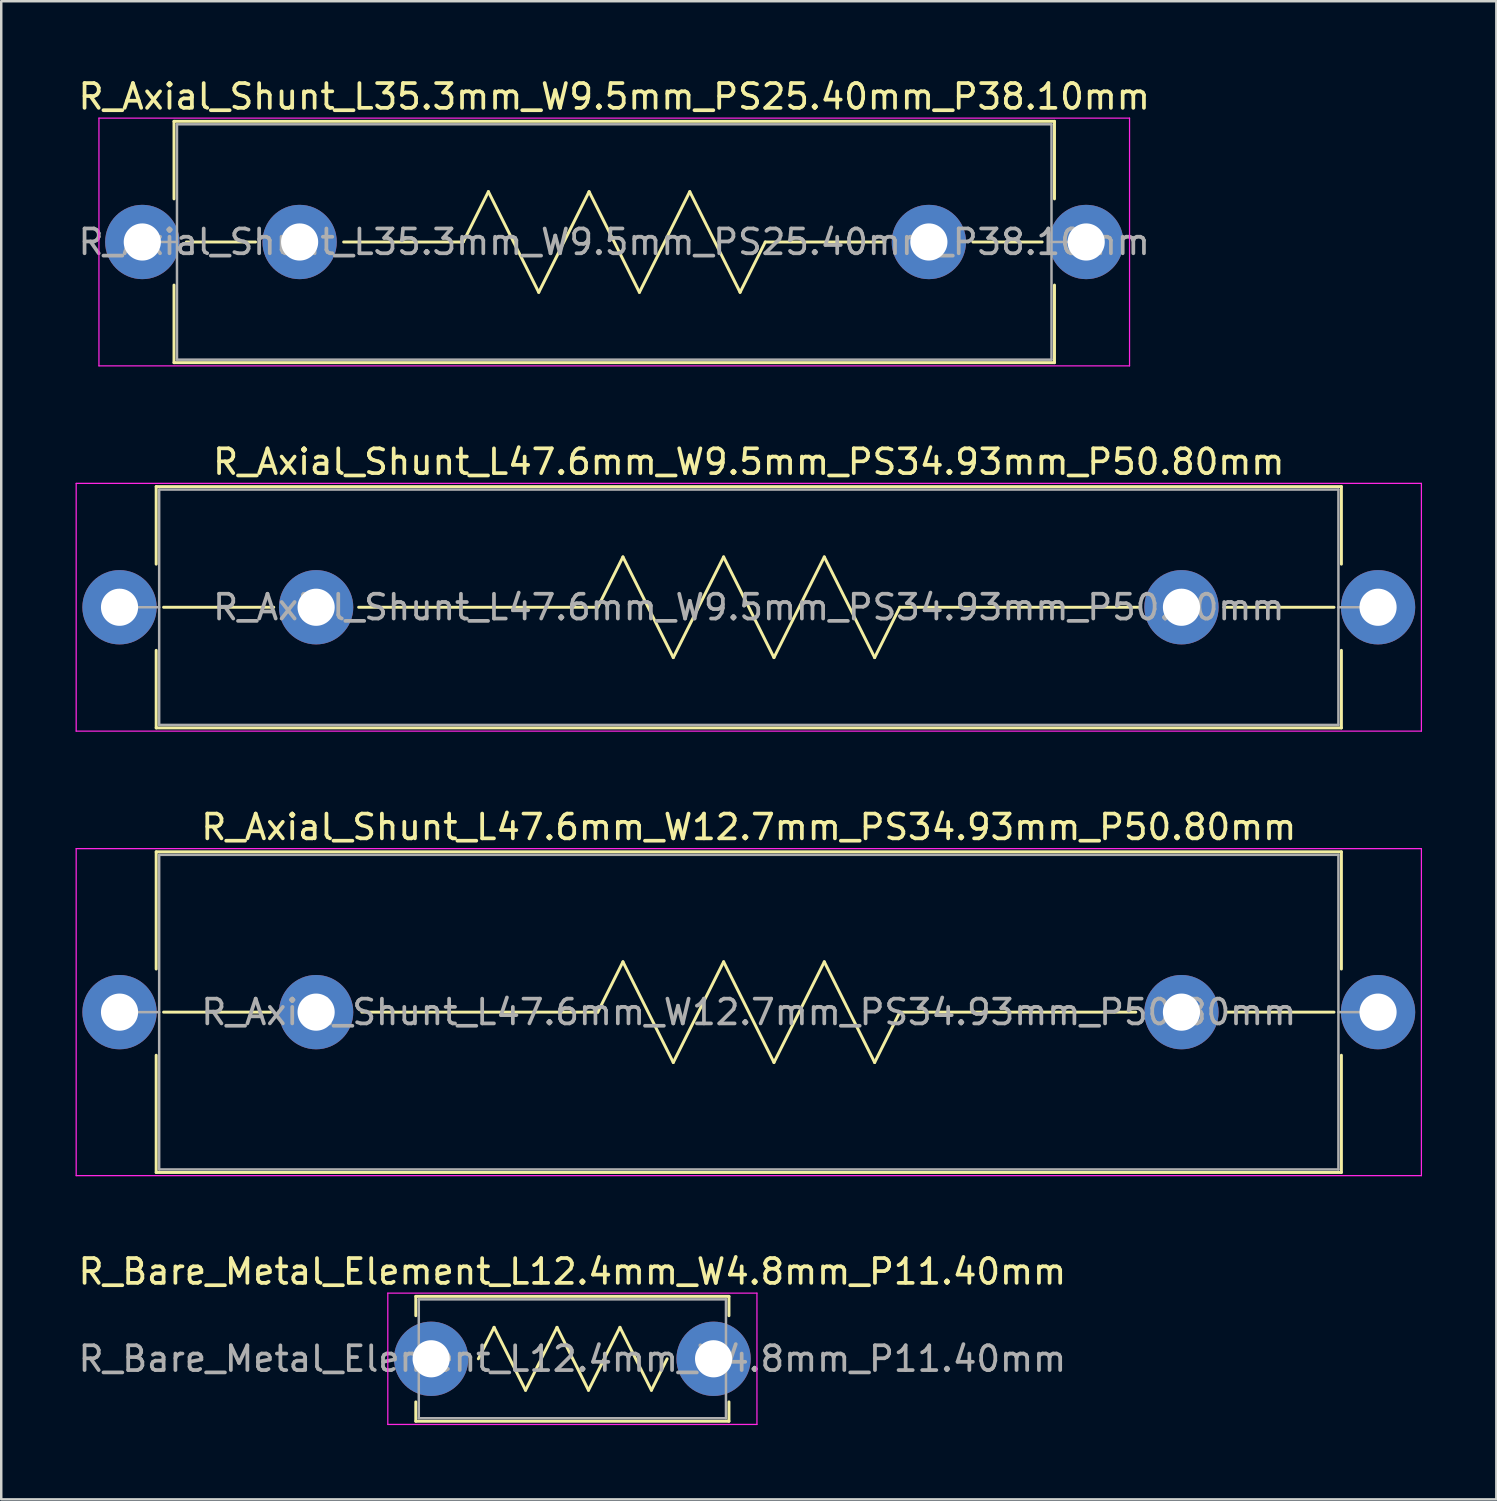
<source format=kicad_pcb>
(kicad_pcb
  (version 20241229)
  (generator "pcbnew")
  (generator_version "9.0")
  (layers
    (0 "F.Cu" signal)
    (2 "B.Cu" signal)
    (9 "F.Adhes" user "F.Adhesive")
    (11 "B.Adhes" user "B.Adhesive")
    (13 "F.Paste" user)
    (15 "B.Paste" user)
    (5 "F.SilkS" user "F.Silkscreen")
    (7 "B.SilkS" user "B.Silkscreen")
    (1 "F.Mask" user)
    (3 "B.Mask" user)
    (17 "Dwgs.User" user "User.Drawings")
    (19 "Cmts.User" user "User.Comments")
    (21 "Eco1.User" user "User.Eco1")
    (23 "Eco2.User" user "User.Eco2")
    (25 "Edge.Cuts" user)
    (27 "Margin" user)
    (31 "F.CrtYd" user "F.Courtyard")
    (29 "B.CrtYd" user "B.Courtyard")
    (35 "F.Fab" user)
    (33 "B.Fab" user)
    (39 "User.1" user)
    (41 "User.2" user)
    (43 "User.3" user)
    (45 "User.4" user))
  (footprint "R_Axial_Shunt_L47.6mm_W12.7mm_PS34.93mm_P50.80mm"
    (layer "F.Cu")
    (at 1.775 37.805)
    (property "Reference" "R_Axial_Shunt_L47.6mm_W12.7mm_PS34.93mm_P50.80mm" (at 25.4 -7.47 0) (layer "F.SilkS") (effects (font (size 1 1) (thickness 0.15))))
    (attr through_hole)
    (fp_line (start 1.48 -6.47) (end 49.32 -6.47) (stroke (width 0.12) (type solid)) (layer "F.SilkS"))
    (fp_line (start 1.48 -1.74) (end 1.48 -6.47) (stroke (width 0.12) (type solid)) (layer "F.SilkS"))
    (fp_line (start 1.48 1.74) (end 1.48 6.47) (stroke (width 0.12) (type solid)) (layer "F.SilkS"))
    (fp_line (start 1.48 6.47) (end 49.32 6.47) (stroke (width 0.12) (type solid)) (layer "F.SilkS"))
    (fp_line (start 1.778 0) (end 6.096 0) (stroke (width 0.12) (type solid)) (layer "F.SilkS"))
    (fp_line (start 9.779 0) (end 19.304 0) (stroke (width 0.12) (type solid)) (layer "F.SilkS"))
    (fp_line (start 19.304 0) (end 20.32 -2.032) (stroke (width 0.12) (type solid)) (layer "F.SilkS"))
    (fp_line (start 20.32 -2.032) (end 22.352 2.032) (stroke (width 0.12) (type solid)) (layer "F.SilkS"))
    (fp_line (start 22.352 2.032) (end 24.384 -2.032) (stroke (width 0.12) (type solid)) (layer "F.SilkS"))
    (fp_line (start 24.384 -2.032) (end 26.416 2.032) (stroke (width 0.12) (type solid)) (layer "F.SilkS"))
    (fp_line (start 26.416 2.032) (end 28.448 -2.032) (stroke (width 0.12) (type solid)) (layer "F.SilkS"))
    (fp_line (start 28.448 -2.032) (end 30.48 2.032) (stroke (width 0.12) (type solid)) (layer "F.SilkS"))
    (fp_line (start 30.48 2.032) (end 31.496 0) (stroke (width 0.12) (type solid)) (layer "F.SilkS"))
    (fp_line (start 41.021 0) (end 31.496 0) (stroke (width 0.12) (type solid)) (layer "F.SilkS"))
    (fp_line (start 44.704 0) (end 49.022 0) (stroke (width 0.12) (type solid)) (layer "F.SilkS"))
    (fp_line (start 49.32 -6.47) (end 49.32 -1.74) (stroke (width 0.12) (type solid)) (layer "F.SilkS"))
    (fp_line (start 49.32 6.47) (end 49.32 1.74) (stroke (width 0.12) (type solid)) (layer "F.SilkS"))
    (fp_line (start -1.75 -6.6) (end -1.75 6.6) (stroke (width 0.05) (type solid)) (layer "F.CrtYd"))
    (fp_line (start -1.75 6.6) (end 52.55 6.6) (stroke (width 0.05) (type solid)) (layer "F.CrtYd"))
    (fp_line (start 52.55 -6.6) (end -1.75 -6.6) (stroke (width 0.05) (type solid)) (layer "F.CrtYd"))
    (fp_line (start 52.55 6.6) (end 52.55 -6.6) (stroke (width 0.05) (type solid)) (layer "F.CrtYd"))
    (fp_line (start 0 0) (end 1.6 0) (stroke (width 0.1) (type solid)) (layer "F.Fab"))
    (fp_line (start 1.6 -6.35) (end 1.6 6.35) (stroke (width 0.1) (type solid)) (layer "F.Fab"))
    (fp_line (start 1.6 6.35) (end 49.2 6.35) (stroke (width 0.1) (type solid)) (layer "F.Fab"))
    (fp_line (start 49.2 -6.35) (end 1.6 -6.35) (stroke (width 0.1) (type solid)) (layer "F.Fab"))
    (fp_line (start 49.2 6.35) (end 49.2 -6.35) (stroke (width 0.1) (type solid)) (layer "F.Fab"))
    (fp_line (start 50.8 0) (end 49.2 0) (stroke (width 0.1) (type solid)) (layer "F.Fab"))
    (fp_text user "${REFERENCE}" (at 25.4 0 0) (layer "F.Fab") (effects (font (size 1 1) (thickness 0.15))))
    (pad "1" thru_hole circle (at 0 0) (size 3 3) (drill 1.5) (layers "*.Cu" "*.Mask"))
    (pad "2" thru_hole oval (at 7.935 0) (size 3 3) (drill 1.5) (layers "*.Cu" "*.Mask"))
    (pad "3" thru_hole oval (at 42.865 0) (size 3 3) (drill 1.5) (layers "*.Cu" "*.Mask"))
    (pad "4" thru_hole oval (at 50.8 0) (size 3 3) (drill 1.5) (layers "*.Cu" "*.Mask")))
  (footprint "R_Bare_Metal_Element_L12.4mm_W4.8mm_P11.40mm"
    (layer "F.Cu")
    (at 14.354 51.798)
    (property "Reference" "R_Bare_Metal_Element_L12.4mm_W4.8mm_P11.40mm" (at 5.7 -3.52 0) (layer "F.SilkS") (effects (font (size 1 1) (thickness 0.15))))
    (attr through_hole)
    (fp_line (start -0.62 -2.52) (end 12.02 -2.52) (stroke (width 0.12) (type solid)) (layer "F.SilkS"))
    (fp_line (start -0.62 -1.74) (end -0.62 -2.52) (stroke (width 0.12) (type solid)) (layer "F.SilkS"))
    (fp_line (start -0.62 1.74) (end -0.62 2.52) (stroke (width 0.12) (type solid)) (layer "F.SilkS"))
    (fp_line (start -0.62 2.52) (end 12.02 2.52) (stroke (width 0.12) (type solid)) (layer "F.SilkS"))
    (fp_line (start 1.905 0) (end 2.54 -1.27) (stroke (width 0.12) (type solid)) (layer "F.SilkS"))
    (fp_line (start 2.54 -1.27) (end 3.81 1.27) (stroke (width 0.12) (type solid)) (layer "F.SilkS"))
    (fp_line (start 3.81 1.27) (end 5.08 -1.27) (stroke (width 0.12) (type solid)) (layer "F.SilkS"))
    (fp_line (start 5.08 -1.27) (end 6.35 1.27) (stroke (width 0.12) (type solid)) (layer "F.SilkS"))
    (fp_line (start 6.35 1.27) (end 7.62 -1.27) (stroke (width 0.12) (type solid)) (layer "F.SilkS"))
    (fp_line (start 7.62 -1.27) (end 8.89 1.27) (stroke (width 0.12) (type solid)) (layer "F.SilkS"))
    (fp_line (start 8.89 1.27) (end 9.525 0) (stroke (width 0.12) (type solid)) (layer "F.SilkS"))
    (fp_line (start 12.02 -2.52) (end 12.02 -1.74) (stroke (width 0.12) (type solid)) (layer "F.SilkS"))
    (fp_line (start 12.02 2.52) (end 12.02 1.74) (stroke (width 0.12) (type solid)) (layer "F.SilkS"))
    (fp_line (start -1.75 -2.65) (end -1.75 2.65) (stroke (width 0.05) (type solid)) (layer "F.CrtYd"))
    (fp_line (start -1.75 2.65) (end 13.15 2.65) (stroke (width 0.05) (type solid)) (layer "F.CrtYd"))
    (fp_line (start 13.15 -2.65) (end -1.75 -2.65) (stroke (width 0.05) (type solid)) (layer "F.CrtYd"))
    (fp_line (start 13.15 2.65) (end 13.15 -2.65) (stroke (width 0.05) (type solid)) (layer "F.CrtYd"))
    (fp_line (start -0.5 -2.4) (end -0.5 2.4) (stroke (width 0.1) (type solid)) (layer "F.Fab"))
    (fp_line (start -0.5 2.4) (end 11.9 2.4) (stroke (width 0.1) (type solid)) (layer "F.Fab"))
    (fp_line (start 11.9 -2.4) (end -0.5 -2.4) (stroke (width 0.1) (type solid)) (layer "F.Fab"))
    (fp_line (start 11.9 2.4) (end 11.9 -2.4) (stroke (width 0.1) (type solid)) (layer "F.Fab"))
    (fp_text user "${REFERENCE}" (at 5.7 0 0) (layer "F.Fab") (effects (font (size 1 1) (thickness 0.15))))
    (pad "1" thru_hole circle (at 0 0) (size 3 3) (drill 1.5) (layers "*.Cu" "*.Mask"))
    (pad "2" thru_hole oval (at 11.4 0) (size 3 3) (drill 1.5) (layers "*.Cu" "*.Mask")))
  (footprint "R_Axial_Shunt_L35.3mm_W9.5mm_PS25.40mm_P38.10mm"
    (layer "F.Cu")
    (at 2.694 6.718)
    (property "Reference" "R_Axial_Shunt_L35.3mm_W9.5mm_PS25.40mm_P38.10mm" (at 19.05 -5.87 0) (layer "F.SilkS") (effects (font (size 1 1) (thickness 0.15))))
    (attr through_hole)
    (fp_line (start 1.28 -4.87) (end 36.82 -4.87) (stroke (width 0.12) (type solid)) (layer "F.SilkS"))
    (fp_line (start 1.28 -1.74) (end 1.28 -4.87) (stroke (width 0.12) (type solid)) (layer "F.SilkS"))
    (fp_line (start 1.28 1.74) (end 1.28 4.87) (stroke (width 0.12) (type solid)) (layer "F.SilkS"))
    (fp_line (start 1.28 4.87) (end 36.82 4.87) (stroke (width 0.12) (type solid)) (layer "F.SilkS"))
    (fp_line (start 1.778 0) (end 4.572 0) (stroke (width 0.12) (type solid)) (layer "F.SilkS"))
    (fp_line (start 8.128 0) (end 12.954 0) (stroke (width 0.12) (type solid)) (layer "F.SilkS"))
    (fp_line (start 12.954 0) (end 13.97 -2.032) (stroke (width 0.12) (type solid)) (layer "F.SilkS"))
    (fp_line (start 13.97 -2.032) (end 16.002 2.032) (stroke (width 0.12) (type solid)) (layer "F.SilkS"))
    (fp_line (start 16.002 2.032) (end 18.034 -2.032) (stroke (width 0.12) (type solid)) (layer "F.SilkS"))
    (fp_line (start 18.034 -2.032) (end 20.066 2.032) (stroke (width 0.12) (type solid)) (layer "F.SilkS"))
    (fp_line (start 20.066 2.032) (end 22.098 -2.032) (stroke (width 0.12) (type solid)) (layer "F.SilkS"))
    (fp_line (start 22.098 -2.032) (end 24.13 2.032) (stroke (width 0.12) (type solid)) (layer "F.SilkS"))
    (fp_line (start 24.13 2.032) (end 25.146 0) (stroke (width 0.12) (type solid)) (layer "F.SilkS"))
    (fp_line (start 29.972 0) (end 25.146 0) (stroke (width 0.12) (type solid)) (layer "F.SilkS"))
    (fp_line (start 33.528 0) (end 36.322 0) (stroke (width 0.12) (type solid)) (layer "F.SilkS"))
    (fp_line (start 36.82 -4.87) (end 36.82 -1.74) (stroke (width 0.12) (type solid)) (layer "F.SilkS"))
    (fp_line (start 36.82 4.87) (end 36.82 1.74) (stroke (width 0.12) (type solid)) (layer "F.SilkS"))
    (fp_line (start -1.75 -5) (end -1.75 5) (stroke (width 0.05) (type solid)) (layer "F.CrtYd"))
    (fp_line (start -1.75 5) (end 39.85 5) (stroke (width 0.05) (type solid)) (layer "F.CrtYd"))
    (fp_line (start 39.85 -5) (end -1.75 -5) (stroke (width 0.05) (type solid)) (layer "F.CrtYd"))
    (fp_line (start 39.85 5) (end 39.85 -5) (stroke (width 0.05) (type solid)) (layer "F.CrtYd"))
    (fp_line (start 0 0) (end 1.4 0) (stroke (width 0.1) (type solid)) (layer "F.Fab"))
    (fp_line (start 1.4 -4.75) (end 1.4 4.75) (stroke (width 0.1) (type solid)) (layer "F.Fab"))
    (fp_line (start 1.4 4.75) (end 36.7 4.75) (stroke (width 0.1) (type solid)) (layer "F.Fab"))
    (fp_line (start 36.7 -4.75) (end 1.4 -4.75) (stroke (width 0.1) (type solid)) (layer "F.Fab"))
    (fp_line (start 36.7 4.75) (end 36.7 -4.75) (stroke (width 0.1) (type solid)) (layer "F.Fab"))
    (fp_line (start 38.1 0) (end 36.7 0) (stroke (width 0.1) (type solid)) (layer "F.Fab"))
    (fp_text user "${REFERENCE}" (at 19.05 0 0) (layer "F.Fab") (effects (font (size 1 1) (thickness 0.15))))
    (pad "1" thru_hole circle (at 0 0) (size 3 3) (drill 1.5) (layers "*.Cu" "*.Mask"))
    (pad "2" thru_hole oval (at 6.35 0) (size 3 3) (drill 1.5) (layers "*.Cu" "*.Mask"))
    (pad "3" thru_hole oval (at 31.75 0) (size 3 3) (drill 1.5) (layers "*.Cu" "*.Mask"))
    (pad "4" thru_hole oval (at 38.1 0) (size 3 3) (drill 1.5) (layers "*.Cu" "*.Mask")))
  (footprint "R_Axial_Shunt_L47.6mm_W9.5mm_PS34.93mm_P50.80mm"
    (layer "F.Cu")
    (at 1.775 21.462)
    (property "Reference" "R_Axial_Shunt_L47.6mm_W9.5mm_PS34.93mm_P50.80mm" (at 25.4 -5.87 0) (layer "F.SilkS") (effects (font (size 1 1) (thickness 0.15))))
    (attr through_hole)
    (fp_line (start 1.48 -4.87) (end 49.32 -4.87) (stroke (width 0.12) (type solid)) (layer "F.SilkS"))
    (fp_line (start 1.48 -1.74) (end 1.48 -4.87) (stroke (width 0.12) (type solid)) (layer "F.SilkS"))
    (fp_line (start 1.48 1.74) (end 1.48 4.87) (stroke (width 0.12) (type solid)) (layer "F.SilkS"))
    (fp_line (start 1.48 4.87) (end 49.32 4.87) (stroke (width 0.12) (type solid)) (layer "F.SilkS"))
    (fp_line (start 1.778 0) (end 6.223 0) (stroke (width 0.12) (type solid)) (layer "F.SilkS"))
    (fp_line (start 9.652 0) (end 19.304 0) (stroke (width 0.12) (type solid)) (layer "F.SilkS"))
    (fp_line (start 19.304 0) (end 20.32 -2.032) (stroke (width 0.12) (type solid)) (layer "F.SilkS"))
    (fp_line (start 20.32 -2.032) (end 22.352 2.032) (stroke (width 0.12) (type solid)) (layer "F.SilkS"))
    (fp_line (start 22.352 2.032) (end 24.384 -2.032) (stroke (width 0.12) (type solid)) (layer "F.SilkS"))
    (fp_line (start 24.384 -2.032) (end 26.416 2.032) (stroke (width 0.12) (type solid)) (layer "F.SilkS"))
    (fp_line (start 26.416 2.032) (end 28.448 -2.032) (stroke (width 0.12) (type solid)) (layer "F.SilkS"))
    (fp_line (start 28.448 -2.032) (end 30.48 2.032) (stroke (width 0.12) (type solid)) (layer "F.SilkS"))
    (fp_line (start 30.48 2.032) (end 31.496 0) (stroke (width 0.12) (type solid)) (layer "F.SilkS"))
    (fp_line (start 41.148 0) (end 31.496 0) (stroke (width 0.12) (type solid)) (layer "F.SilkS"))
    (fp_line (start 44.577 0) (end 49.022 0) (stroke (width 0.12) (type solid)) (layer "F.SilkS"))
    (fp_line (start 49.32 -4.87) (end 49.32 -1.74) (stroke (width 0.12) (type solid)) (layer "F.SilkS"))
    (fp_line (start 49.32 4.87) (end 49.32 1.74) (stroke (width 0.12) (type solid)) (layer "F.SilkS"))
    (fp_line (start -1.75 -5) (end -1.75 5) (stroke (width 0.05) (type solid)) (layer "F.CrtYd"))
    (fp_line (start -1.75 5) (end 52.55 5) (stroke (width 0.05) (type solid)) (layer "F.CrtYd"))
    (fp_line (start 52.55 -5) (end -1.75 -5) (stroke (width 0.05) (type solid)) (layer "F.CrtYd"))
    (fp_line (start 52.55 5) (end 52.55 -5) (stroke (width 0.05) (type solid)) (layer "F.CrtYd"))
    (fp_line (start 0 0) (end 1.6 0) (stroke (width 0.1) (type solid)) (layer "F.Fab"))
    (fp_line (start 1.6 -4.75) (end 1.6 4.75) (stroke (width 0.1) (type solid)) (layer "F.Fab"))
    (fp_line (start 1.6 4.75) (end 49.2 4.75) (stroke (width 0.1) (type solid)) (layer "F.Fab"))
    (fp_line (start 49.2 -4.75) (end 1.6 -4.75) (stroke (width 0.1) (type solid)) (layer "F.Fab"))
    (fp_line (start 49.2 4.75) (end 49.2 -4.75) (stroke (width 0.1) (type solid)) (layer "F.Fab"))
    (fp_line (start 50.8 0) (end 49.2 0) (stroke (width 0.1) (type solid)) (layer "F.Fab"))
    (fp_text user "${REFERENCE}" (at 25.4 0 0) (layer "F.Fab") (effects (font (size 1 1) (thickness 0.15))))
    (pad "1" thru_hole circle (at 0 0) (size 3 3) (drill 1.5) (layers "*.Cu" "*.Mask"))
    (pad "2" thru_hole oval (at 7.935 0) (size 3 3) (drill 1.5) (layers "*.Cu" "*.Mask"))
    (pad "3" thru_hole oval (at 42.865 0) (size 3 3) (drill 1.5) (layers "*.Cu" "*.Mask"))
    (pad "4" thru_hole oval (at 50.8 0) (size 3 3) (drill 1.5) (layers "*.Cu" "*.Mask")))
  (gr_rect
    (start -3 -3)
    (end 57.35 57.473)
    (stroke (width 0.1) (type default))
    (fill no)
    (layer "Edge.Cuts")))
</source>
